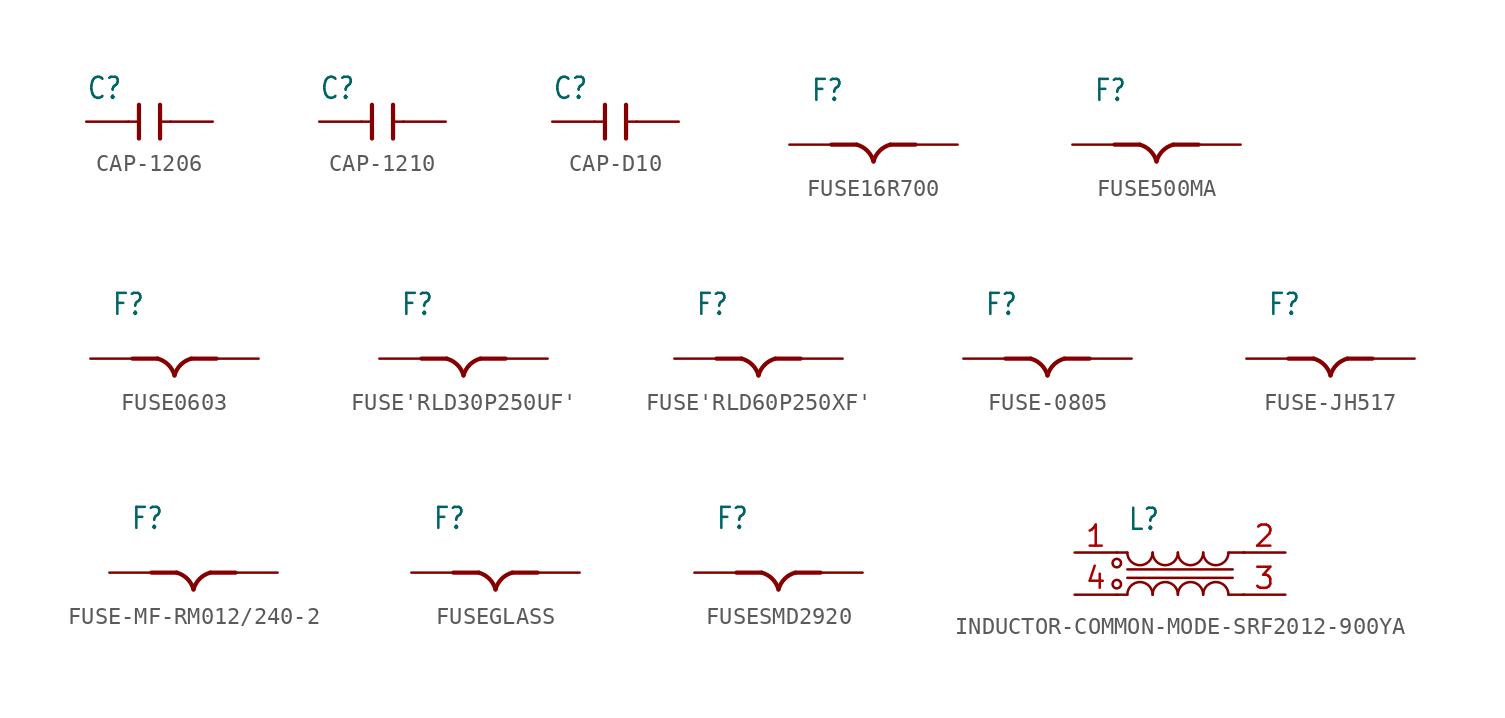
<source format=kicad_sym>
(kicad_symbol_lib
  (version 20220914)
  (generator kicad_symbol_editor)
  (symbol "CAP-1206"
    (property "Reference" "C"
      (at -3.81 1.27 0)
      (effects (font (size 1.27 1.079)) (justify left bottom)))
    (property "Value" ""
      (at -3.81 0 0)
      (effects (font (size 1.27 1.079)) (justify left bottom)))
    (property "ki_locked" ""
      (at 0 0 0)
      (effects (font (size 1.27 1.27))))
    (symbol "CAP-1206_1_0"
      (polyline (pts (xy -1.27 0) (xy -0.635 0)) (stroke (width 0.152) (type solid)) (fill (type none)))
      (polyline (pts (xy -0.635 -1.016) (xy -0.635 0)) (stroke (width 0.254) (type solid)) (fill (type none)))
      (polyline (pts (xy -0.635 0) (xy -0.635 1.016)) (stroke (width 0.254) (type solid)) (fill (type none)))
      (polyline (pts (xy 0.635 0) (xy 0.635 -1.016)) (stroke (width 0.254) (type solid)) (fill (type none)))
      (polyline (pts (xy 0.635 0) (xy 1.27 0)) (stroke (width 0.152) (type solid)) (fill (type none)))
      (polyline (pts (xy 0.635 1.016) (xy 0.635 0)) (stroke (width 0.254) (type solid)) (fill (type none)))
      (pin passive line (at -3.81 0 0) (length 2.54) (name "1" (effects (font (size 0 0)))) (number "1" (effects (font (size 0 0)))))
      (pin passive line (at 3.81 0 180) (length 2.54) (name "2" (effects (font (size 0 0)))) (number "2" (effects (font (size 0 0)))))))
  (symbol "CAP-1210"
    (property "Reference" "C"
      (at -3.81 1.27 0)
      (effects (font (size 1.27 1.079)) (justify left bottom)))
    (property "Value" ""
      (at -3.81 0 0)
      (effects (font (size 1.27 1.079)) (justify left bottom)))
    (property "ki_locked" ""
      (at 0 0 0)
      (effects (font (size 1.27 1.27))))
    (symbol "CAP-1210_1_0"
      (polyline (pts (xy -1.27 0) (xy -0.635 0)) (stroke (width 0.152) (type solid)) (fill (type none)))
      (polyline (pts (xy -0.635 -1.016) (xy -0.635 0)) (stroke (width 0.254) (type solid)) (fill (type none)))
      (polyline (pts (xy -0.635 0) (xy -0.635 1.016)) (stroke (width 0.254) (type solid)) (fill (type none)))
      (polyline (pts (xy 0.635 0) (xy 0.635 -1.016)) (stroke (width 0.254) (type solid)) (fill (type none)))
      (polyline (pts (xy 0.635 0) (xy 1.27 0)) (stroke (width 0.152) (type solid)) (fill (type none)))
      (polyline (pts (xy 0.635 1.016) (xy 0.635 0)) (stroke (width 0.254) (type solid)) (fill (type none)))
      (pin passive line (at -3.81 0 0) (length 2.54) (name "1" (effects (font (size 0 0)))) (number "1" (effects (font (size 0 0)))))
      (pin passive line (at 3.81 0 180) (length 2.54) (name "2" (effects (font (size 0 0)))) (number "2" (effects (font (size 0 0)))))))
  (symbol "CAP-D10"
    (property "Reference" "C"
      (at -3.81 1.27 0)
      (effects (font (size 1.27 1.079)) (justify left bottom)))
    (property "Value" ""
      (at -3.81 0 0)
      (effects (font (size 1.27 1.079)) (justify left bottom)))
    (property "ki_locked" ""
      (at 0 0 0)
      (effects (font (size 1.27 1.27))))
    (symbol "CAP-D10_1_0"
      (polyline (pts (xy -1.27 0) (xy -0.635 0)) (stroke (width 0.152) (type solid)) (fill (type none)))
      (polyline (pts (xy -0.635 -1.016) (xy -0.635 0)) (stroke (width 0.254) (type solid)) (fill (type none)))
      (polyline (pts (xy -0.635 0) (xy -0.635 1.016)) (stroke (width 0.254) (type solid)) (fill (type none)))
      (polyline (pts (xy 0.635 0) (xy 0.635 -1.016)) (stroke (width 0.254) (type solid)) (fill (type none)))
      (polyline (pts (xy 0.635 0) (xy 1.27 0)) (stroke (width 0.152) (type solid)) (fill (type none)))
      (polyline (pts (xy 0.635 1.016) (xy 0.635 0)) (stroke (width 0.254) (type solid)) (fill (type none)))
      (pin passive line (at -3.81 0 0) (length 2.54) (name "1" (effects (font (size 0 0)))) (number "1" (effects (font (size 0 0)))))
      (pin passive line (at 3.81 0 180) (length 2.54) (name "2" (effects (font (size 0 0)))) (number "2" (effects (font (size 0 0)))))))
  (symbol "FUSE16R700"
    (property "Reference" "F"
      (at -3.81 2.54 0)
      (effects (font (size 1.27 1.079)) (justify left bottom)))
    (property "Value" ""
      (at -3.81 1.27 0)
      (effects (font (size 1.27 1.079)) (justify left bottom)))
    (property "ki_locked" ""
      (at 0 0 0)
      (effects (font (size 1.27 1.27))))
    (symbol "FUSE16R700_1_0"
      (arc (start -0.0001 -1.016) (mid 1.4048 1.4047) (end -1.016 0) (stroke (width 0.254) (type solid)) (fill (type none)))
      (polyline (pts (xy -2.54 0) (xy -1.016 0)) (stroke (width 0.254) (type solid)) (fill (type none)))
      (polyline (pts (xy 2.54 0) (xy 1.016 0)) (stroke (width 0.254) (type solid)) (fill (type none)))
      (arc (start 1.016 -0.0001) (mid -1.4047 1.4048) (end 0 -1.016) (stroke (width 0.254) (type solid)) (fill (type none)))
      (pin bidirectional line (at -5.08 0 0) (length 2.54) (name "1" (effects (font (size 0 0)))) (number "1" (effects (font (size 0 0)))))
      (pin bidirectional line (at 5.08 0 180) (length 2.54) (name "2" (effects (font (size 0 0)))) (number "2" (effects (font (size 0 0)))))))
  (symbol "FUSE500MA"
    (property "Reference" "F"
      (at -3.81 2.54 0)
      (effects (font (size 1.27 1.079)) (justify left bottom)))
    (property "Value" ""
      (at -3.81 1.27 0)
      (effects (font (size 1.27 1.079)) (justify left bottom)))
    (property "ki_locked" ""
      (at 0 0 0)
      (effects (font (size 1.27 1.27))))
    (symbol "FUSE500MA_1_0"
      (arc (start -0.0001 -1.016) (mid 1.4048 1.4047) (end -1.016 0) (stroke (width 0.254) (type solid)) (fill (type none)))
      (polyline (pts (xy -2.54 0) (xy -1.016 0)) (stroke (width 0.254) (type solid)) (fill (type none)))
      (polyline (pts (xy 2.54 0) (xy 1.016 0)) (stroke (width 0.254) (type solid)) (fill (type none)))
      (arc (start 1.016 -0.0001) (mid -1.4047 1.4048) (end 0 -1.016) (stroke (width 0.254) (type solid)) (fill (type none)))
      (pin bidirectional line (at -5.08 0 0) (length 2.54) (name "1" (effects (font (size 0 0)))) (number "1" (effects (font (size 0 0)))))
      (pin bidirectional line (at 5.08 0 180) (length 2.54) (name "2" (effects (font (size 0 0)))) (number "2" (effects (font (size 0 0)))))))
  (symbol "FUSE0603"
    (property "Reference" "F"
      (at -3.81 2.54 0)
      (effects (font (size 1.27 1.079)) (justify left bottom)))
    (property "Value" ""
      (at -3.81 1.27 0)
      (effects (font (size 1.27 1.079)) (justify left bottom)))
    (property "ki_locked" ""
      (at 0 0 0)
      (effects (font (size 1.27 1.27))))
    (symbol "FUSE0603_1_0"
      (arc (start -0.0001 -1.016) (mid 1.4048 1.4047) (end -1.016 0) (stroke (width 0.254) (type solid)) (fill (type none)))
      (polyline (pts (xy -2.54 0) (xy -1.016 0)) (stroke (width 0.254) (type solid)) (fill (type none)))
      (polyline (pts (xy 2.54 0) (xy 1.016 0)) (stroke (width 0.254) (type solid)) (fill (type none)))
      (arc (start 1.016 -0.0001) (mid -1.4047 1.4048) (end 0 -1.016) (stroke (width 0.254) (type solid)) (fill (type none)))
      (pin bidirectional line (at -5.08 0 0) (length 2.54) (name "1" (effects (font (size 0 0)))) (number "1" (effects (font (size 0 0)))))
      (pin bidirectional line (at 5.08 0 180) (length 2.54) (name "2" (effects (font (size 0 0)))) (number "2" (effects (font (size 0 0)))))))
  (symbol "FUSE'RLD30P250UF'"
    (property "Reference" "F"
      (at -3.81 2.54 0)
      (effects (font (size 1.27 1.079)) (justify left bottom)))
    (property "Value" ""
      (at -3.81 1.27 0)
      (effects (font (size 1.27 1.079)) (justify left bottom)))
    (property "ki_locked" ""
      (at 0 0 0)
      (effects (font (size 1.27 1.27))))
    (symbol "FUSE'RLD30P250UF'_1_0"
      (arc (start -0.0001 -1.016) (mid 1.4048 1.4047) (end -1.016 0) (stroke (width 0.254) (type solid)) (fill (type none)))
      (polyline (pts (xy -2.54 0) (xy -1.016 0)) (stroke (width 0.254) (type solid)) (fill (type none)))
      (polyline (pts (xy 2.54 0) (xy 1.016 0)) (stroke (width 0.254) (type solid)) (fill (type none)))
      (arc (start 1.016 -0.0001) (mid -1.4047 1.4048) (end 0 -1.016) (stroke (width 0.254) (type solid)) (fill (type none)))
      (pin bidirectional line (at -5.08 0 0) (length 2.54) (name "1" (effects (font (size 0 0)))) (number "1" (effects (font (size 0 0)))))
      (pin bidirectional line (at 5.08 0 180) (length 2.54) (name "2" (effects (font (size 0 0)))) (number "2" (effects (font (size 0 0)))))))
  (symbol "FUSE'RLD60P250XF'"
    (property "Reference" "F"
      (at -3.81 2.54 0)
      (effects (font (size 1.27 1.079)) (justify left bottom)))
    (property "Value" ""
      (at -3.81 1.27 0)
      (effects (font (size 1.27 1.079)) (justify left bottom)))
    (property "ki_locked" ""
      (at 0 0 0)
      (effects (font (size 1.27 1.27))))
    (symbol "FUSE'RLD60P250XF'_1_0"
      (arc (start -0.0001 -1.016) (mid 1.4048 1.4047) (end -1.016 0) (stroke (width 0.254) (type solid)) (fill (type none)))
      (polyline (pts (xy -2.54 0) (xy -1.016 0)) (stroke (width 0.254) (type solid)) (fill (type none)))
      (polyline (pts (xy 2.54 0) (xy 1.016 0)) (stroke (width 0.254) (type solid)) (fill (type none)))
      (arc (start 1.016 -0.0001) (mid -1.4047 1.4048) (end 0 -1.016) (stroke (width 0.254) (type solid)) (fill (type none)))
      (pin bidirectional line (at -5.08 0 0) (length 2.54) (name "1" (effects (font (size 0 0)))) (number "1" (effects (font (size 0 0)))))
      (pin bidirectional line (at 5.08 0 180) (length 2.54) (name "2" (effects (font (size 0 0)))) (number "2" (effects (font (size 0 0)))))))
  (symbol "FUSE-0805"
    (property "Reference" "F"
      (at -3.81 2.54 0)
      (effects (font (size 1.27 1.079)) (justify left bottom)))
    (property "Value" ""
      (at -3.81 1.27 0)
      (effects (font (size 1.27 1.079)) (justify left bottom)))
    (property "ki_locked" ""
      (at 0 0 0)
      (effects (font (size 1.27 1.27))))
    (symbol "FUSE-0805_1_0"
      (arc (start -0.0001 -1.016) (mid 1.4048 1.4047) (end -1.016 0) (stroke (width 0.254) (type solid)) (fill (type none)))
      (polyline (pts (xy -2.54 0) (xy -1.016 0)) (stroke (width 0.254) (type solid)) (fill (type none)))
      (polyline (pts (xy 2.54 0) (xy 1.016 0)) (stroke (width 0.254) (type solid)) (fill (type none)))
      (arc (start 1.016 -0.0001) (mid -1.4047 1.4048) (end 0 -1.016) (stroke (width 0.254) (type solid)) (fill (type none)))
      (pin bidirectional line (at -5.08 0 0) (length 2.54) (name "1" (effects (font (size 0 0)))) (number "1" (effects (font (size 0 0)))))
      (pin bidirectional line (at 5.08 0 180) (length 2.54) (name "2" (effects (font (size 0 0)))) (number "2" (effects (font (size 0 0)))))))
  (symbol "FUSE-JH517"
    (property "Reference" "F"
      (at -3.81 2.54 0)
      (effects (font (size 1.27 1.079)) (justify left bottom)))
    (property "Value" ""
      (at -3.81 1.27 0)
      (effects (font (size 1.27 1.079)) (justify left bottom)))
    (property "ki_locked" ""
      (at 0 0 0)
      (effects (font (size 1.27 1.27))))
    (symbol "FUSE-JH517_1_0"
      (arc (start -0.0001 -1.016) (mid 1.4048 1.4047) (end -1.016 0) (stroke (width 0.254) (type solid)) (fill (type none)))
      (polyline (pts (xy -2.54 0) (xy -1.016 0)) (stroke (width 0.254) (type solid)) (fill (type none)))
      (polyline (pts (xy 2.54 0) (xy 1.016 0)) (stroke (width 0.254) (type solid)) (fill (type none)))
      (arc (start 1.016 -0.0001) (mid -1.4047 1.4048) (end 0 -1.016) (stroke (width 0.254) (type solid)) (fill (type none)))
      (pin bidirectional line (at -5.08 0 0) (length 2.54) (name "1" (effects (font (size 0 0)))) (number "1" (effects (font (size 0 0)))))
      (pin bidirectional line (at 5.08 0 180) (length 2.54) (name "2" (effects (font (size 0 0)))) (number "2" (effects (font (size 0 0)))))))
  (symbol "FUSE-MF-RM012/240-2"
    (property "Reference" "F"
      (at -3.81 2.54 0)
      (effects (font (size 1.27 1.079)) (justify left bottom)))
    (property "Value" ""
      (at -3.81 1.27 0)
      (effects (font (size 1.27 1.079)) (justify left bottom)))
    (property "ki_locked" ""
      (at 0 0 0)
      (effects (font (size 1.27 1.27))))
    (symbol "FUSE-MF-RM012/240-2_1_0"
      (arc (start -0.0001 -1.016) (mid 1.4048 1.4047) (end -1.016 0) (stroke (width 0.254) (type solid)) (fill (type none)))
      (polyline (pts (xy -2.54 0) (xy -1.016 0)) (stroke (width 0.254) (type solid)) (fill (type none)))
      (polyline (pts (xy 2.54 0) (xy 1.016 0)) (stroke (width 0.254) (type solid)) (fill (type none)))
      (arc (start 1.016 -0.0001) (mid -1.4047 1.4048) (end 0 -1.016) (stroke (width 0.254) (type solid)) (fill (type none)))
      (pin bidirectional line (at -5.08 0 0) (length 2.54) (name "1" (effects (font (size 0 0)))) (number "1" (effects (font (size 0 0)))))
      (pin bidirectional line (at 5.08 0 180) (length 2.54) (name "2" (effects (font (size 0 0)))) (number "2" (effects (font (size 0 0)))))))
  (symbol "FUSEGLASS"
    (property "Reference" "F"
      (at -3.81 2.54 0)
      (effects (font (size 1.27 1.079)) (justify left bottom)))
    (property "Value" ""
      (at -3.81 1.27 0)
      (effects (font (size 1.27 1.079)) (justify left bottom)))
    (property "ki_locked" ""
      (at 0 0 0)
      (effects (font (size 1.27 1.27))))
    (symbol "FUSEGLASS_1_0"
      (arc (start -0.0001 -1.016) (mid 1.4048 1.4047) (end -1.016 0) (stroke (width 0.254) (type solid)) (fill (type none)))
      (polyline (pts (xy -2.54 0) (xy -1.016 0)) (stroke (width 0.254) (type solid)) (fill (type none)))
      (polyline (pts (xy 2.54 0) (xy 1.016 0)) (stroke (width 0.254) (type solid)) (fill (type none)))
      (arc (start 1.016 -0.0001) (mid -1.4047 1.4048) (end 0 -1.016) (stroke (width 0.254) (type solid)) (fill (type none)))
      (pin bidirectional line (at -5.08 0 0) (length 2.54) (name "1" (effects (font (size 0 0)))) (number "1" (effects (font (size 0 0)))))
      (pin bidirectional line (at 5.08 0 180) (length 2.54) (name "2" (effects (font (size 0 0)))) (number "2" (effects (font (size 0 0)))))))
  (symbol "FUSESMD2920"
    (property "Reference" "F"
      (at -3.81 2.54 0)
      (effects (font (size 1.27 1.079)) (justify left bottom)))
    (property "Value" ""
      (at -3.81 1.27 0)
      (effects (font (size 1.27 1.079)) (justify left bottom)))
    (property "ki_locked" ""
      (at 0 0 0)
      (effects (font (size 1.27 1.27))))
    (symbol "FUSESMD2920_1_0"
      (arc (start -0.0001 -1.016) (mid 1.4048 1.4047) (end -1.016 0) (stroke (width 0.254) (type solid)) (fill (type none)))
      (polyline (pts (xy -2.54 0) (xy -1.016 0)) (stroke (width 0.254) (type solid)) (fill (type none)))
      (polyline (pts (xy 2.54 0) (xy 1.016 0)) (stroke (width 0.254) (type solid)) (fill (type none)))
      (arc (start 1.016 -0.0001) (mid -1.4047 1.4048) (end 0 -1.016) (stroke (width 0.254) (type solid)) (fill (type none)))
      (pin bidirectional line (at -5.08 0 0) (length 2.54) (name "1" (effects (font (size 0 0)))) (number "1" (effects (font (size 0 0)))))
      (pin bidirectional line (at 5.08 0 180) (length 2.54) (name "2" (effects (font (size 0 0)))) (number "2" (effects (font (size 0 0)))))))
  (symbol "INDUCTOR-COMMON-MODE-SRF2012-900YA"
    (property "Reference" "L"
      (at -3.175 2.54 0)
      (effects (font (size 1.27 1.079)) (justify left bottom)))
    (property "Value" ""
      (at -3.175 1.27 0)
      (effects (font (size 1.27 1.079)) (justify left bottom)))
    (property "ki_locked" ""
      (at 0 0 0)
      (effects (font (size 1.27 1.27))))
    (symbol "INDUCTOR-COMMON-MODE-SRF2012-900YA_1_0"
      (circle (center -3.81 -0.635) (radius 0.254) (stroke (width 0) (type solid)) (fill (type none)))
      (circle (center -3.81 0.635) (radius 0.254) (stroke (width 0) (type solid)) (fill (type none)))
      (arc (start -3.175 1.27) (mid -2.413 0.508) (end -1.651 1.27) (stroke (width 0.1524) (type solid)) (fill (type none)))
      (arc (start -1.651 -1.27) (mid -2.413 -0.508) (end -3.175 -1.27) (stroke (width 0.1524) (type solid)) (fill (type none)))
      (arc (start -1.651 1.27) (mid -0.889 0.508) (end -0.127 1.27) (stroke (width 0.1524) (type solid)) (fill (type none)))
      (arc (start -0.127 -1.27) (mid -0.889 -0.508) (end -1.651 -1.27) (stroke (width 0.1524) (type solid)) (fill (type none)))
      (arc (start -0.127 1.27) (mid 0.635 0.508) (end 1.397 1.27) (stroke (width 0.1524) (type solid)) (fill (type none)))
      (polyline (pts (xy -3.175 -1.27) (xy -3.81 -1.27)) (stroke (width 0.152) (type solid)) (fill (type none)))
      (polyline (pts (xy -3.175 1.27) (xy -3.81 1.27)) (stroke (width 0.152) (type solid)) (fill (type none)))
      (polyline (pts (xy 2.921 -1.27) (xy 3.873 -1.27)) (stroke (width 0.152) (type solid)) (fill (type none)))
      (polyline (pts (xy 2.921 1.27) (xy 3.873 1.27)) (stroke (width 0.152) (type solid)) (fill (type none)))
      (polyline (pts (xy 3.175 -0.254) (xy -3.175 -0.254)) (stroke (width 0.152) (type solid)) (fill (type none)))
      (polyline (pts (xy 3.175 0.254) (xy -3.175 0.254)) (stroke (width 0.152) (type solid)) (fill (type none)))
      (arc (start 1.397 -1.27) (mid 0.635 -0.508) (end -0.127 -1.27) (stroke (width 0.1524) (type solid)) (fill (type none)))
      (arc (start 1.397 1.27) (mid 2.159 0.508) (end 2.921 1.27) (stroke (width 0.1524) (type solid)) (fill (type none)))
      (arc (start 2.921 -1.27) (mid 2.159 -0.508) (end 1.397 -1.27) (stroke (width 0.1524) (type solid)) (fill (type none)))
      (pin bidirectional line (at -6.35 1.27 0) (length 2.54) (name "1" (effects (font (size 0 0)))) (number "1" (effects (font (size 1.27 1.27)))))
      (pin bidirectional line (at 6.35 1.27 180) (length 2.54) (name "2" (effects (font (size 0 0)))) (number "2" (effects (font (size 1.27 1.27)))))
      (pin bidirectional line (at 6.35 -1.27 180) (length 2.54) (name "3" (effects (font (size 0 0)))) (number "3" (effects (font (size 1.27 1.27)))))
      (pin bidirectional line (at -6.35 -1.27 0) (length 2.54) (name "4" (effects (font (size 0 0)))) (number "4" (effects (font (size 1.27 1.27))))))))
</source>
